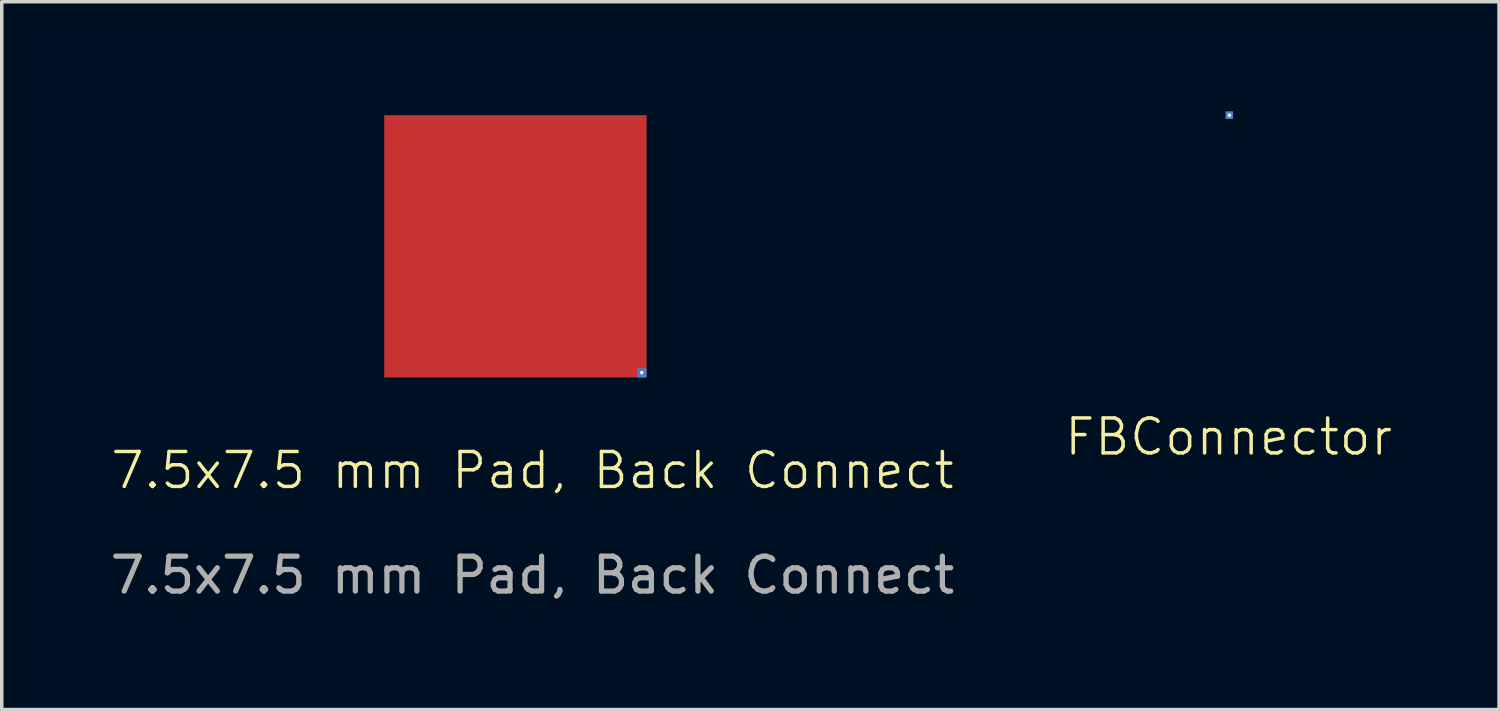
<source format=kicad_pcb>
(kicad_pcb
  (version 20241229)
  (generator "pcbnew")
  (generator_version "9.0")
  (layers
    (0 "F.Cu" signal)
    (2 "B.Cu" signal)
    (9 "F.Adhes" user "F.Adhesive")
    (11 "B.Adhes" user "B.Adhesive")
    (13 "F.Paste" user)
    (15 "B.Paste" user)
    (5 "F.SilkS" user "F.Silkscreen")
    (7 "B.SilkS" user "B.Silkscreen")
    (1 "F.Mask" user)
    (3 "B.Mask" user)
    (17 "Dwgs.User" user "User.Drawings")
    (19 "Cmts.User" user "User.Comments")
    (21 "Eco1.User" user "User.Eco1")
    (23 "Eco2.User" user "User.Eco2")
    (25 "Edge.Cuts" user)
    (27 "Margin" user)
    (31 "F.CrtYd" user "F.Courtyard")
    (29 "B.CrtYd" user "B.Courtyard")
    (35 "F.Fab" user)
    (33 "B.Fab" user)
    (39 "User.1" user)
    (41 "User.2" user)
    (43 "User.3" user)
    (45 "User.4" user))
  (footprint "7.5x7.5 mm Pad, Back Connect"
    (layer "F.Cu")
    (at 7.956 0.25)
    (property "Reference" "7.5x7.5 mm Pad, Back Connect" (at 4.24 10.17 0) (unlocked yes) (layer "F.SilkS") (effects (font (size 1 1) (thickness 0.1))))
    (fp_rect (start 0 0) (end 7.5 7.5) (stroke (width 0.01) (type solid)) (fill yes) (layer "F.Cu"))
    (fp_rect (start 7.25 7.25) (end 7.5 7.5) (stroke (width 0.01) (type solid)) (fill yes) (layer "B.Cu"))
    (fp_text user "${REFERENCE}" (at 4.24 13.17 0) (unlocked yes) (layer "F.Fab") (effects (font (size 1 1) (thickness 0.15))))
    (pad "1" thru_hole circle (at 7.37 7.37) (size 0.25 0.25) (drill 0.1) (layers "*.Cu" "*.Mask") (remove_unused_layers yes) (zone_layer_connections)))
  (footprint "FBConnector"
    (layer "F.Cu")
    (at 32.153 0.25)
    (property "Reference" "FBConnector" (at -0.02 9.21 0) (unlocked yes) (layer "F.SilkS") (effects (font (size 1 1) (thickness 0.1))))
    (fp_rect (start -0.1 -0.1) (end 0.1 0.1) (stroke (width 0.01) (type solid)) (fill yes) (layer "F.Cu"))
    (fp_rect (start -0.1 -0.1) (end 0.1 0.1) (stroke (width 0.01) (type solid)) (fill yes) (layer "B.Cu"))
    (pad "1" thru_hole circle (at 0 0) (size 0.1 0.1) (drill 0.1) (layers "*.Cu")))
  (gr_rect
    (start -3 -3)
    (end 39.874 17.268)
    (stroke (width 0.1) (type default))
    (fill no)
    (layer "Edge.Cuts")))
</source>
